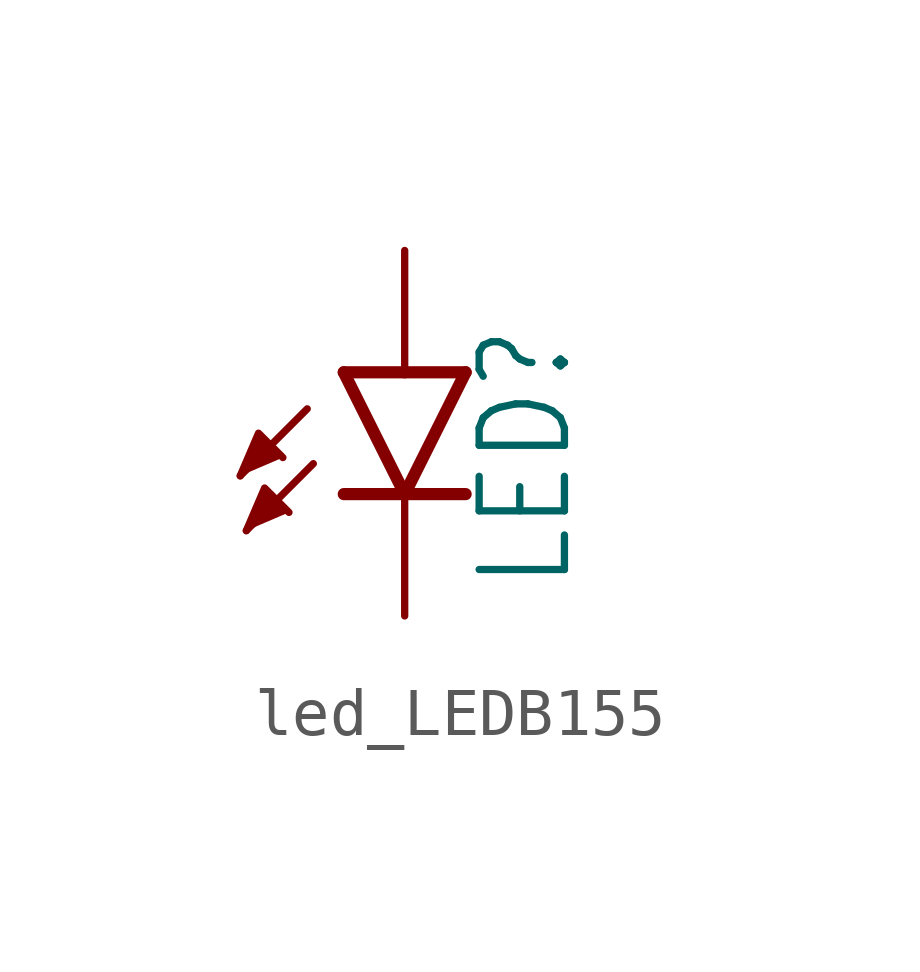
<source format=kicad_sym>
(kicad_symbol_lib
  (version 20231120)
  (generator "kicad_symbol_editor")
  (generator_version "8.0")
  (symbol "led_LEDB155"
    (property "Reference" "LED"
      (at 3.556 -4.572 90)
      (effects (font (size 1.778 1.511)) (justify left bottom)))
    (property "Value" ""
      (at 5.715 -4.572 90)
      (effects (font (size 1.778 1.511)) (justify left bottom)))
    (property "ki_locked" ""
      (at 0 0 0)
      (effects (font (size 1.27 1.27))))
    (symbol "led_LEDB155_1_0"
      (polyline (pts (xy -2.032 -0.762) (xy -3.429 -2.159)) (stroke (width 0.152) (type solid)) (fill (type none)))
      (polyline (pts (xy -1.905 -1.905) (xy -3.302 -3.302)) (stroke (width 0.152) (type solid)) (fill (type none)))
      (polyline (pts (xy 0 -2.54) (xy -1.27 -2.54)) (stroke (width 0.254) (type solid)) (fill (type none)))
      (polyline (pts (xy 0 -2.54) (xy -1.27 0)) (stroke (width 0.254) (type solid)) (fill (type none)))
      (polyline (pts (xy 0 0) (xy -1.27 0)) (stroke (width 0.254) (type solid)) (fill (type none)))
      (polyline (pts (xy 1.27 -2.54) (xy 0 -2.54)) (stroke (width 0.254) (type solid)) (fill (type none)))
      (polyline (pts (xy 1.27 0) (xy 0 -2.54)) (stroke (width 0.254) (type solid)) (fill (type none)))
      (polyline (pts (xy 1.27 0) (xy 0 0)) (stroke (width 0.254) (type solid)) (fill (type none)))
      (polyline (pts (xy -3.429 -2.159) (xy -3.048 -1.27) (xy -2.54 -1.778)) (stroke (width 0.152) (type solid)) (fill (type outline)))
      (polyline (pts (xy -3.302 -3.302) (xy -2.921 -2.413) (xy -2.413 -2.921)) (stroke (width 0.152) (type solid)) (fill (type outline)))
      (pin passive line (at 0 2.54 270) (length 2.54) (name "A" (effects (font (size 0 0)))) (number "A" (effects (font (size 0 0)))))
      (pin passive line (at 0 -5.08 90) (length 2.54) (name "C" (effects (font (size 0 0)))) (number "K" (effects (font (size 0 0))))))))
</source>
